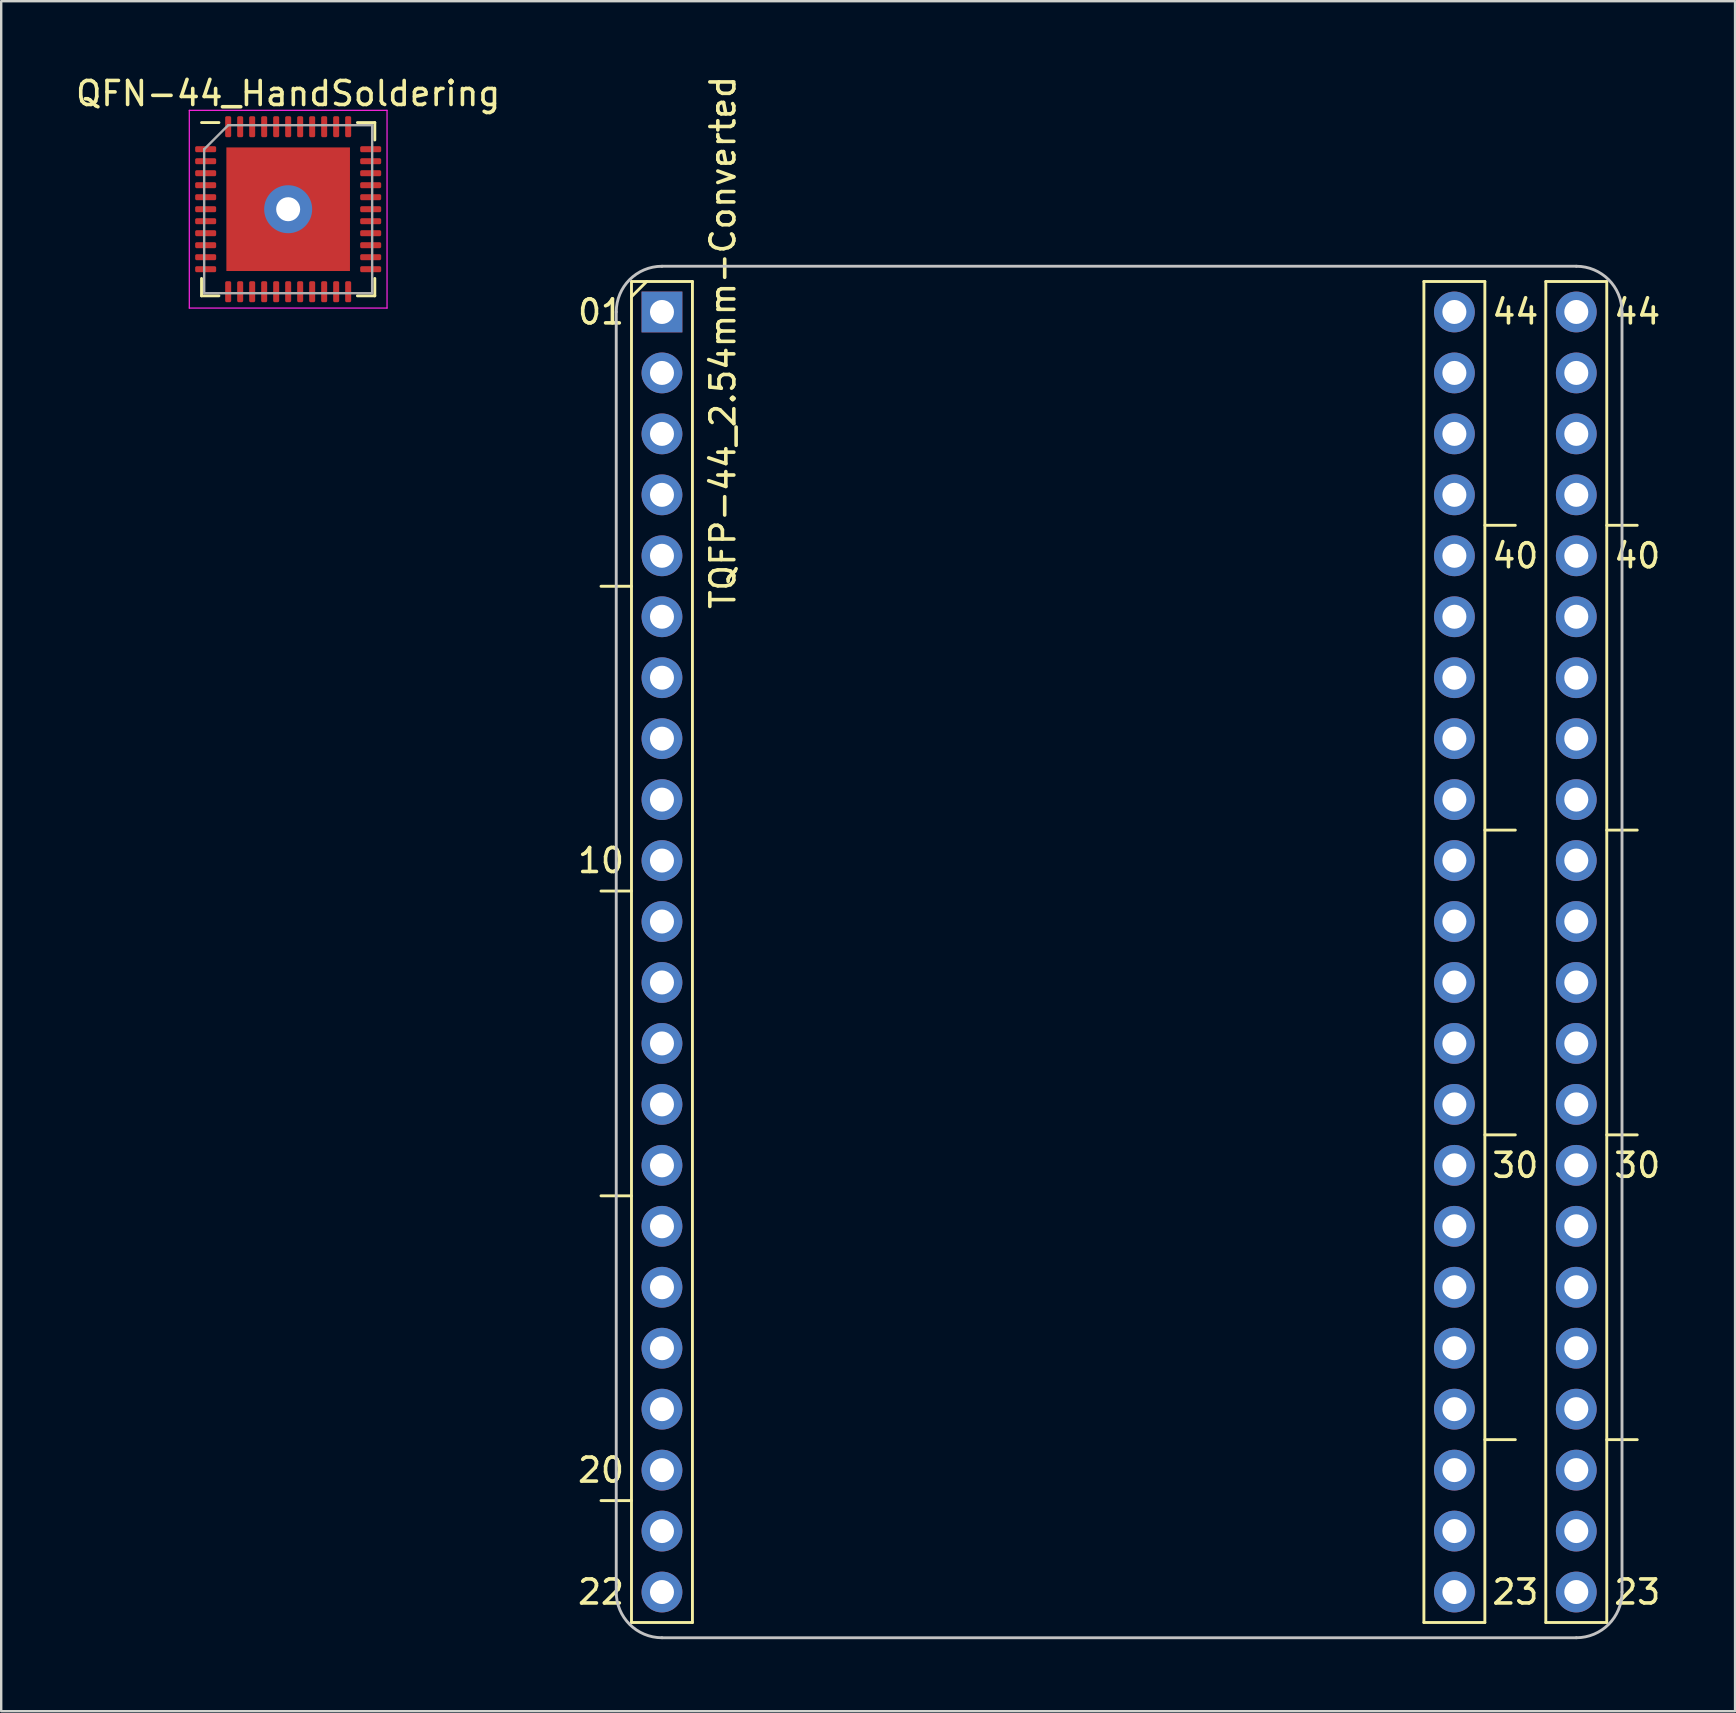
<source format=kicad_pcb>
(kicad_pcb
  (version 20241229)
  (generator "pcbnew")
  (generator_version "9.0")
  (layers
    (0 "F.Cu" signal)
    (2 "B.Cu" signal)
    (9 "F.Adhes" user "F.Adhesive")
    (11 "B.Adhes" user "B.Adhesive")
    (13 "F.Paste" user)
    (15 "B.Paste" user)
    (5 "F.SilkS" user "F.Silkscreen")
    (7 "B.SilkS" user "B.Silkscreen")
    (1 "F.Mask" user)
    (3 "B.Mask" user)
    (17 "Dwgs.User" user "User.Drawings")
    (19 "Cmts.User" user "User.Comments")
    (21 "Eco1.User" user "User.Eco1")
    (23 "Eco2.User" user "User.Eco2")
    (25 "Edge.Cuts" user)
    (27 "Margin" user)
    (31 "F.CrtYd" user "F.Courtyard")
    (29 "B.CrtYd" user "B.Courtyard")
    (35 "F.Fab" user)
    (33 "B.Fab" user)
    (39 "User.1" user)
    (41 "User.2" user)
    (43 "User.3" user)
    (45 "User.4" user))
  (footprint "QFN-44_HandSoldering"
    (layer "F.Cu")
    (at 8.958 5.668)
    (property "Reference" "QFN-44_HandSoldering" (at 0 -4.82 0) (layer "F.SilkS") (effects (font (size 1 1) (thickness 0.15))))
    (attr smd)
    (fp_line (start -3.61 3.61) (end -3.61 2.885) (stroke (width 0.12) (type solid)) (layer "F.SilkS"))
    (fp_line (start -2.885 -3.61) (end -3.61 -3.61) (stroke (width 0.12) (type solid)) (layer "F.SilkS"))
    (fp_line (start -2.885 3.61) (end -3.61 3.61) (stroke (width 0.12) (type solid)) (layer "F.SilkS"))
    (fp_line (start 2.885 -3.61) (end 3.61 -3.61) (stroke (width 0.12) (type solid)) (layer "F.SilkS"))
    (fp_line (start 2.885 3.61) (end 3.61 3.61) (stroke (width 0.12) (type solid)) (layer "F.SilkS"))
    (fp_line (start 3.61 -3.61) (end 3.61 -2.885) (stroke (width 0.12) (type solid)) (layer "F.SilkS"))
    (fp_line (start 3.61 3.61) (end 3.61 2.885) (stroke (width 0.12) (type solid)) (layer "F.SilkS"))
    (fp_line (start -4.12 -4.12) (end -4.12 4.12) (stroke (width 0.05) (type solid)) (layer "F.CrtYd"))
    (fp_line (start -4.12 4.12) (end 4.12 4.12) (stroke (width 0.05) (type solid)) (layer "F.CrtYd"))
    (fp_line (start 4.12 -4.12) (end -4.12 -4.12) (stroke (width 0.05) (type solid)) (layer "F.CrtYd"))
    (fp_line (start 4.12 4.12) (end 4.12 -4.12) (stroke (width 0.05) (type solid)) (layer "F.CrtYd"))
    (fp_line (start -3.5 -2.5) (end -2.5 -3.5) (stroke (width 0.1) (type solid)) (layer "F.Fab"))
    (fp_line (start -3.5 3.5) (end -3.5 -2.5) (stroke (width 0.1) (type solid)) (layer "F.Fab"))
    (fp_line (start -2.5 -3.5) (end 3.5 -3.5) (stroke (width 0.1) (type solid)) (layer "F.Fab"))
    (fp_line (start 3.5 -3.5) (end 3.5 3.5) (stroke (width 0.1) (type solid)) (layer "F.Fab"))
    (fp_line (start 3.5 3.5) (end -3.5 3.5) (stroke (width 0.1) (type solid)) (layer "F.Fab"))
    (pad "1" smd roundrect (at -3.438 -2.5) (size 0.875 0.25) (layers "F.Cu" "F.Mask" "F.Paste") (roundrect_rratio 0.25))
    (pad "2" smd roundrect (at -3.438 -2) (size 0.875 0.25) (layers "F.Cu" "F.Mask" "F.Paste") (roundrect_rratio 0.25))
    (pad "3" smd roundrect (at -3.438 -1.5) (size 0.875 0.25) (layers "F.Cu" "F.Mask" "F.Paste") (roundrect_rratio 0.25))
    (pad "4" smd roundrect (at -3.438 -1) (size 0.875 0.25) (layers "F.Cu" "F.Mask" "F.Paste") (roundrect_rratio 0.25))
    (pad "5" smd roundrect (at -3.438 -0.5) (size 0.875 0.25) (layers "F.Cu" "F.Mask" "F.Paste") (roundrect_rratio 0.25))
    (pad "6" smd roundrect (at -3.438 0) (size 0.875 0.25) (layers "F.Cu" "F.Mask" "F.Paste") (roundrect_rratio 0.25))
    (pad "7" smd roundrect (at -3.438 0.5) (size 0.875 0.25) (layers "F.Cu" "F.Mask" "F.Paste") (roundrect_rratio 0.25))
    (pad "8" smd roundrect (at -3.438 1) (size 0.875 0.25) (layers "F.Cu" "F.Mask" "F.Paste") (roundrect_rratio 0.25))
    (pad "9" smd roundrect (at -3.438 1.5) (size 0.875 0.25) (layers "F.Cu" "F.Mask" "F.Paste") (roundrect_rratio 0.25))
    (pad "10" smd roundrect (at -3.438 2) (size 0.875 0.25) (layers "F.Cu" "F.Mask" "F.Paste") (roundrect_rratio 0.25))
    (pad "11" smd roundrect (at -3.438 2.5) (size 0.875 0.25) (layers "F.Cu" "F.Mask" "F.Paste") (roundrect_rratio 0.25))
    (pad "12" smd roundrect (at -2.5 3.438) (size 0.25 0.875) (layers "F.Cu" "F.Mask" "F.Paste") (roundrect_rratio 0.25))
    (pad "13" smd roundrect (at -2 3.438) (size 0.25 0.875) (layers "F.Cu" "F.Mask" "F.Paste") (roundrect_rratio 0.25))
    (pad "14" smd roundrect (at -1.5 3.438) (size 0.25 0.875) (layers "F.Cu" "F.Mask" "F.Paste") (roundrect_rratio 0.25))
    (pad "15" smd roundrect (at -1 3.438) (size 0.25 0.875) (layers "F.Cu" "F.Mask" "F.Paste") (roundrect_rratio 0.25))
    (pad "16" smd roundrect (at -0.5 3.438) (size 0.25 0.875) (layers "F.Cu" "F.Mask" "F.Paste") (roundrect_rratio 0.25))
    (pad "17" smd roundrect (at 0 3.438) (size 0.25 0.875) (layers "F.Cu" "F.Mask" "F.Paste") (roundrect_rratio 0.25))
    (pad "18" smd roundrect (at 0.5 3.438) (size 0.25 0.875) (layers "F.Cu" "F.Mask" "F.Paste") (roundrect_rratio 0.25))
    (pad "19" smd roundrect (at 1 3.438) (size 0.25 0.875) (layers "F.Cu" "F.Mask" "F.Paste") (roundrect_rratio 0.25))
    (pad "20" smd roundrect (at 1.5 3.438) (size 0.25 0.875) (layers "F.Cu" "F.Mask" "F.Paste") (roundrect_rratio 0.25))
    (pad "21" smd roundrect (at 2 3.438) (size 0.25 0.875) (layers "F.Cu" "F.Mask" "F.Paste") (roundrect_rratio 0.25))
    (pad "22" smd roundrect (at 2.5 3.438) (size 0.25 0.875) (layers "F.Cu" "F.Mask" "F.Paste") (roundrect_rratio 0.25))
    (pad "23" smd roundrect (at 3.438 2.5) (size 0.875 0.25) (layers "F.Cu" "F.Mask" "F.Paste") (roundrect_rratio 0.25))
    (pad "24" smd roundrect (at 3.438 2) (size 0.875 0.25) (layers "F.Cu" "F.Mask" "F.Paste") (roundrect_rratio 0.25))
    (pad "25" smd roundrect (at 3.438 1.5) (size 0.875 0.25) (layers "F.Cu" "F.Mask" "F.Paste") (roundrect_rratio 0.25))
    (pad "26" smd roundrect (at 3.438 1) (size 0.875 0.25) (layers "F.Cu" "F.Mask" "F.Paste") (roundrect_rratio 0.25))
    (pad "27" smd roundrect (at 3.438 0.5) (size 0.875 0.25) (layers "F.Cu" "F.Mask" "F.Paste") (roundrect_rratio 0.25))
    (pad "28" smd roundrect (at 3.438 0) (size 0.875 0.25) (layers "F.Cu" "F.Mask" "F.Paste") (roundrect_rratio 0.25))
    (pad "29" smd roundrect (at 3.438 -0.5) (size 0.875 0.25) (layers "F.Cu" "F.Mask" "F.Paste") (roundrect_rratio 0.25))
    (pad "30" smd roundrect (at 3.438 -1) (size 0.875 0.25) (layers "F.Cu" "F.Mask" "F.Paste") (roundrect_rratio 0.25))
    (pad "31" smd roundrect (at 3.438 -1.5) (size 0.875 0.25) (layers "F.Cu" "F.Mask" "F.Paste") (roundrect_rratio 0.25))
    (pad "32" smd roundrect (at 3.438 -2) (size 0.875 0.25) (layers "F.Cu" "F.Mask" "F.Paste") (roundrect_rratio 0.25))
    (pad "33" smd roundrect (at 3.438 -2.5) (size 0.875 0.25) (layers "F.Cu" "F.Mask" "F.Paste") (roundrect_rratio 0.25))
    (pad "34" smd roundrect (at 2.5 -3.438) (size 0.25 0.875) (layers "F.Cu" "F.Mask" "F.Paste") (roundrect_rratio 0.25))
    (pad "35" smd roundrect (at 2 -3.438) (size 0.25 0.875) (layers "F.Cu" "F.Mask" "F.Paste") (roundrect_rratio 0.25))
    (pad "36" smd roundrect (at 1.5 -3.438) (size 0.25 0.875) (layers "F.Cu" "F.Mask" "F.Paste") (roundrect_rratio 0.25))
    (pad "37" smd roundrect (at 1 -3.438) (size 0.25 0.875) (layers "F.Cu" "F.Mask" "F.Paste") (roundrect_rratio 0.25))
    (pad "38" smd roundrect (at 0.5 -3.438) (size 0.25 0.875) (layers "F.Cu" "F.Mask" "F.Paste") (roundrect_rratio 0.25))
    (pad "39" smd roundrect (at 0 -3.438) (size 0.25 0.875) (layers "F.Cu" "F.Mask" "F.Paste") (roundrect_rratio 0.25))
    (pad "40" smd roundrect (at -0.5 -3.438) (size 0.25 0.875) (layers "F.Cu" "F.Mask" "F.Paste") (roundrect_rratio 0.25))
    (pad "41" smd roundrect (at -1 -3.438) (size 0.25 0.875) (layers "F.Cu" "F.Mask" "F.Paste") (roundrect_rratio 0.25))
    (pad "42" smd roundrect (at -1.5 -3.438) (size 0.25 0.875) (layers "F.Cu" "F.Mask" "F.Paste") (roundrect_rratio 0.25))
    (pad "43" smd roundrect (at -2 -3.438) (size 0.25 0.875) (layers "F.Cu" "F.Mask" "F.Paste") (roundrect_rratio 0.25))
    (pad "44" smd roundrect (at -2.5 -3.438) (size 0.25 0.875) (layers "F.Cu" "F.Mask" "F.Paste") (roundrect_rratio 0.25))
    (pad "45" thru_hole circle (at 0 0) (size 2 2) (drill 1) (layers "*.Cu" "*.Mask"))
    (pad "45" smd rect (at 0 0) (size 5.15 5.15) (layers "F.Cu" "F.Mask" "F.Paste")))
  (footprint "TQFP-44_2.54mm-Converted"
    (layer "F.Cu")
    (at 43.584 36.62)
    (property "Reference" "TQFP-44_2.54mm-Converted" (at -16.51 -25.4 270) (layer "F.SilkS") (effects (font (size 1 1) (thickness 0.15))))
    (attr through_hole)
    (fp_line (start -20.32 -27.94) (end -17.78 -27.94) (stroke (width 0.12) (type solid)) (layer "F.SilkS"))
    (fp_line (start -20.32 -27.305) (end -19.685 -27.94) (stroke (width 0.12) (type solid)) (layer "F.SilkS"))
    (fp_line (start -20.32 -15.24) (end -21.59 -15.24) (stroke (width 0.12) (type solid)) (layer "F.SilkS"))
    (fp_line (start -20.32 -2.54) (end -21.59 -2.54) (stroke (width 0.12) (type solid)) (layer "F.SilkS"))
    (fp_line (start -20.32 10.16) (end -21.59 10.16) (stroke (width 0.12) (type solid)) (layer "F.SilkS"))
    (fp_line (start -20.32 22.86) (end -21.59 22.86) (stroke (width 0.12) (type solid)) (layer "F.SilkS"))
    (fp_line (start -20.32 27.94) (end -20.32 -27.94) (stroke (width 0.12) (type solid)) (layer "F.SilkS"))
    (fp_line (start -17.78 -27.94) (end -17.78 27.94) (stroke (width 0.12) (type solid)) (layer "F.SilkS"))
    (fp_line (start -17.78 27.94) (end -20.32 27.94) (stroke (width 0.12) (type solid)) (layer "F.SilkS"))
    (fp_line (start 12.7 -27.94) (end 15.24 -27.94) (stroke (width 0.12) (type solid)) (layer "F.SilkS"))
    (fp_line (start 12.7 27.94) (end 12.7 -27.94) (stroke (width 0.12) (type solid)) (layer "F.SilkS"))
    (fp_line (start 15.24 -27.94) (end 15.24 27.94) (stroke (width 0.12) (type solid)) (layer "F.SilkS"))
    (fp_line (start 15.24 -17.78) (end 16.51 -17.78) (stroke (width 0.12) (type solid)) (layer "F.SilkS"))
    (fp_line (start 15.24 -5.08) (end 16.51 -5.08) (stroke (width 0.12) (type solid)) (layer "F.SilkS"))
    (fp_line (start 15.24 7.62) (end 16.51 7.62) (stroke (width 0.12) (type solid)) (layer "F.SilkS"))
    (fp_line (start 15.24 20.32) (end 16.51 20.32) (stroke (width 0.12) (type solid)) (layer "F.SilkS"))
    (fp_line (start 15.24 27.94) (end 12.7 27.94) (stroke (width 0.12) (type solid)) (layer "F.SilkS"))
    (fp_line (start 17.78 -27.94) (end 20.32 -27.94) (stroke (width 0.12) (type solid)) (layer "F.SilkS"))
    (fp_line (start 17.78 27.94) (end 17.78 -27.94) (stroke (width 0.12) (type solid)) (layer "F.SilkS"))
    (fp_line (start 20.32 -27.94) (end 20.32 27.94) (stroke (width 0.12) (type solid)) (layer "F.SilkS"))
    (fp_line (start 20.32 -17.78) (end 21.59 -17.78) (stroke (width 0.12) (type solid)) (layer "F.SilkS"))
    (fp_line (start 20.32 -5.08) (end 21.59 -5.08) (stroke (width 0.12) (type solid)) (layer "F.SilkS"))
    (fp_line (start 20.32 7.62) (end 21.59 7.62) (stroke (width 0.12) (type solid)) (layer "F.SilkS"))
    (fp_line (start 20.32 20.32) (end 21.59 20.32) (stroke (width 0.12) (type solid)) (layer "F.SilkS"))
    (fp_line (start 20.32 27.94) (end 17.78 27.94) (stroke (width 0.12) (type solid)) (layer "F.SilkS"))
    (fp_line (start -20.955 -26.67) (end -20.955 26.67) (stroke (width 0.12) (type solid)) (layer "Dwgs.User"))
    (fp_line (start -19.05 28.575) (end 19.05 28.575) (stroke (width 0.12) (type solid)) (layer "Dwgs.User"))
    (fp_line (start 19.05 -28.575) (end -19.05 -28.575) (stroke (width 0.12) (type solid)) (layer "Dwgs.User"))
    (fp_line (start 20.955 26.67) (end 20.955 -26.67) (stroke (width 0.12) (type solid)) (layer "Dwgs.User"))
    (fp_arc (start -20.955 -26.67) (mid -20.397038 -28.017038) (end -19.05 -28.575) (stroke (width 0.12) (type solid)) (layer "Dwgs.User"))
    (fp_arc (start -19.05 28.575) (mid -20.397038 28.017038) (end -20.955 26.67) (stroke (width 0.12) (type solid)) (layer "Dwgs.User"))
    (fp_arc (start 19.05 -28.575) (mid 20.397038 -28.017038) (end 20.955 -26.67) (stroke (width 0.12) (type solid)) (layer "Dwgs.User"))
    (fp_arc (start 20.955 26.67) (mid 20.397038 28.017038) (end 19.05 28.575) (stroke (width 0.12) (type solid)) (layer "Dwgs.User"))
    (fp_text user "01" (at -21.59 -26.67 0) (layer "F.SilkS") (effects (font (size 1 1) (thickness 0.15))))
    (fp_text user "44" (at 16.51 -26.67 0) (layer "F.SilkS") (effects (font (size 1 1) (thickness 0.15))))
    (fp_text user "30" (at 21.59 8.89 0) (layer "F.SilkS") (effects (font (size 1 1) (thickness 0.15))))
    (fp_text user "20" (at -21.59 21.59 0) (layer "F.SilkS") (effects (font (size 1 1) (thickness 0.15))))
    (fp_text user "30" (at 16.51 8.89 0) (layer "F.SilkS") (effects (font (size 1 1) (thickness 0.15))))
    (fp_text user "44" (at 21.59 -26.67 0) (layer "F.SilkS") (effects (font (size 1 1) (thickness 0.15))))
    (fp_text user "40" (at 16.51 -16.51 0) (layer "F.SilkS") (effects (font (size 1 1) (thickness 0.15))))
    (fp_text user "10" (at -21.59 -3.81 0) (layer "F.SilkS") (effects (font (size 1 1) (thickness 0.15))))
    (fp_text user "23" (at 16.51 26.67 0) (layer "F.SilkS") (effects (font (size 1 1) (thickness 0.15))))
    (fp_text user "40" (at 21.59 -16.51 0) (layer "F.SilkS") (effects (font (size 1 1) (thickness 0.15))))
    (fp_text user "22" (at -21.59 26.67 0) (layer "F.SilkS") (effects (font (size 1 1) (thickness 0.15))))
    (fp_text user "23" (at 21.59 26.67 0) (layer "F.SilkS") (effects (font (size 1 1) (thickness 0.15))))
    (pad "1" thru_hole rect (at -19.05 -26.67) (size 1.7 1.7) (drill 1) (layers "*.Cu" "*.Mask"))
    (pad "2" thru_hole circle (at -19.05 -24.13) (size 1.7 1.7) (drill 1) (layers "*.Cu" "*.Mask"))
    (pad "3" thru_hole circle (at -19.05 -21.59) (size 1.7 1.7) (drill 1) (layers "*.Cu" "*.Mask"))
    (pad "4" thru_hole circle (at -19.05 -19.05) (size 1.7 1.7) (drill 1) (layers "*.Cu" "*.Mask"))
    (pad "5" thru_hole circle (at -19.05 -16.51) (size 1.7 1.7) (drill 1) (layers "*.Cu" "*.Mask"))
    (pad "6" thru_hole circle (at -19.05 -13.97) (size 1.7 1.7) (drill 1) (layers "*.Cu" "*.Mask"))
    (pad "7" thru_hole circle (at -19.05 -11.43) (size 1.7 1.7) (drill 1) (layers "*.Cu" "*.Mask"))
    (pad "8" thru_hole circle (at -19.05 -8.89) (size 1.7 1.7) (drill 1) (layers "*.Cu" "*.Mask"))
    (pad "9" thru_hole circle (at -19.05 -6.35) (size 1.7 1.7) (drill 1) (layers "*.Cu" "*.Mask"))
    (pad "10" thru_hole circle (at -19.05 -3.81) (size 1.7 1.7) (drill 1) (layers "*.Cu" "*.Mask"))
    (pad "11" thru_hole circle (at -19.05 -1.27) (size 1.7 1.7) (drill 1) (layers "*.Cu" "*.Mask"))
    (pad "12" thru_hole circle (at -19.05 1.27) (size 1.7 1.7) (drill 1) (layers "*.Cu" "*.Mask"))
    (pad "13" thru_hole circle (at -19.05 3.81) (size 1.7 1.7) (drill 1) (layers "*.Cu" "*.Mask"))
    (pad "14" thru_hole circle (at -19.05 6.35) (size 1.7 1.7) (drill 1) (layers "*.Cu" "*.Mask"))
    (pad "15" thru_hole circle (at -19.05 8.89) (size 1.7 1.7) (drill 1) (layers "*.Cu" "*.Mask"))
    (pad "16" thru_hole circle (at -19.05 11.43) (size 1.7 1.7) (drill 1) (layers "*.Cu" "*.Mask"))
    (pad "17" thru_hole circle (at -19.05 13.97) (size 1.7 1.7) (drill 1) (layers "*.Cu" "*.Mask"))
    (pad "18" thru_hole circle (at -19.05 16.51) (size 1.7 1.7) (drill 1) (layers "*.Cu" "*.Mask"))
    (pad "19" thru_hole circle (at -19.05 19.05) (size 1.7 1.7) (drill 1) (layers "*.Cu" "*.Mask"))
    (pad "20" thru_hole circle (at -19.05 21.59) (size 1.7 1.7) (drill 1) (layers "*.Cu" "*.Mask"))
    (pad "21" thru_hole circle (at -19.05 24.13) (size 1.7 1.7) (drill 1) (layers "*.Cu" "*.Mask"))
    (pad "22" thru_hole circle (at -19.05 26.67) (size 1.7 1.7) (drill 1) (layers "*.Cu" "*.Mask"))
    (pad "23" thru_hole circle (at 13.97 26.67) (size 1.7 1.7) (drill 1) (layers "*.Cu" "*.Mask"))
    (pad "23" thru_hole circle (at 19.05 26.67) (size 1.7 1.7) (drill 1) (layers "*.Cu" "*.Mask"))
    (pad "24" thru_hole circle (at 13.97 24.13) (size 1.7 1.7) (drill 1) (layers "*.Cu" "*.Mask"))
    (pad "24" thru_hole circle (at 19.05 24.13) (size 1.7 1.7) (drill 1) (layers "*.Cu" "*.Mask"))
    (pad "25" thru_hole circle (at 13.97 21.59) (size 1.7 1.7) (drill 1) (layers "*.Cu" "*.Mask"))
    (pad "25" thru_hole circle (at 19.05 21.59) (size 1.7 1.7) (drill 1) (layers "*.Cu" "*.Mask"))
    (pad "26" thru_hole circle (at 13.97 19.05) (size 1.7 1.7) (drill 1) (layers "*.Cu" "*.Mask"))
    (pad "26" thru_hole circle (at 19.05 19.05) (size 1.7 1.7) (drill 1) (layers "*.Cu" "*.Mask"))
    (pad "27" thru_hole circle (at 13.97 16.51) (size 1.7 1.7) (drill 1) (layers "*.Cu" "*.Mask"))
    (pad "27" thru_hole circle (at 19.05 16.51) (size 1.7 1.7) (drill 1) (layers "*.Cu" "*.Mask"))
    (pad "28" thru_hole circle (at 13.97 13.97) (size 1.7 1.7) (drill 1) (layers "*.Cu" "*.Mask"))
    (pad "28" thru_hole circle (at 19.05 13.97) (size 1.7 1.7) (drill 1) (layers "*.Cu" "*.Mask"))
    (pad "29" thru_hole circle (at 13.97 11.43) (size 1.7 1.7) (drill 1) (layers "*.Cu" "*.Mask"))
    (pad "29" thru_hole circle (at 19.05 11.43) (size 1.7 1.7) (drill 1) (layers "*.Cu" "*.Mask"))
    (pad "30" thru_hole circle (at 13.97 8.89) (size 1.7 1.7) (drill 1) (layers "*.Cu" "*.Mask"))
    (pad "30" thru_hole circle (at 19.05 8.89) (size 1.7 1.7) (drill 1) (layers "*.Cu" "*.Mask"))
    (pad "31" thru_hole circle (at 13.97 6.35) (size 1.7 1.7) (drill 1) (layers "*.Cu" "*.Mask"))
    (pad "31" thru_hole circle (at 19.05 6.35) (size 1.7 1.7) (drill 1) (layers "*.Cu" "*.Mask"))
    (pad "32" thru_hole circle (at 13.97 3.81) (size 1.7 1.7) (drill 1) (layers "*.Cu" "*.Mask"))
    (pad "32" thru_hole circle (at 19.05 3.81) (size 1.7 1.7) (drill 1) (layers "*.Cu" "*.Mask"))
    (pad "33" thru_hole circle (at 13.97 1.27) (size 1.7 1.7) (drill 1) (layers "*.Cu" "*.Mask"))
    (pad "33" thru_hole circle (at 19.05 1.27) (size 1.7 1.7) (drill 1) (layers "*.Cu" "*.Mask"))
    (pad "34" thru_hole circle (at 13.97 -1.27) (size 1.7 1.7) (drill 1) (layers "*.Cu" "*.Mask"))
    (pad "34" thru_hole circle (at 19.05 -1.27) (size 1.7 1.7) (drill 1) (layers "*.Cu" "*.Mask"))
    (pad "35" thru_hole circle (at 13.97 -3.81) (size 1.7 1.7) (drill 1) (layers "*.Cu" "*.Mask"))
    (pad "35" thru_hole circle (at 19.05 -3.81) (size 1.7 1.7) (drill 1) (layers "*.Cu" "*.Mask"))
    (pad "36" thru_hole circle (at 13.97 -6.35) (size 1.7 1.7) (drill 1) (layers "*.Cu" "*.Mask"))
    (pad "36" thru_hole circle (at 19.05 -6.35) (size 1.7 1.7) (drill 1) (layers "*.Cu" "*.Mask"))
    (pad "37" thru_hole circle (at 13.97 -8.89) (size 1.7 1.7) (drill 1) (layers "*.Cu" "*.Mask"))
    (pad "37" thru_hole circle (at 19.05 -8.89) (size 1.7 1.7) (drill 1) (layers "*.Cu" "*.Mask"))
    (pad "38" thru_hole circle (at 13.97 -11.43) (size 1.7 1.7) (drill 1) (layers "*.Cu" "*.Mask"))
    (pad "38" thru_hole circle (at 19.05 -11.43) (size 1.7 1.7) (drill 1) (layers "*.Cu" "*.Mask"))
    (pad "39" thru_hole circle (at 13.97 -13.97) (size 1.7 1.7) (drill 1) (layers "*.Cu" "*.Mask"))
    (pad "39" thru_hole circle (at 19.05 -13.97) (size 1.7 1.7) (drill 1) (layers "*.Cu" "*.Mask"))
    (pad "40" thru_hole circle (at 13.97 -16.51) (size 1.7 1.7) (drill 1) (layers "*.Cu" "*.Mask"))
    (pad "40" thru_hole circle (at 19.05 -16.51) (size 1.7 1.7) (drill 1) (layers "*.Cu" "*.Mask"))
    (pad "41" thru_hole circle (at 13.97 -19.05) (size 1.7 1.7) (drill 1) (layers "*.Cu" "*.Mask"))
    (pad "41" thru_hole circle (at 19.05 -19.05) (size 1.7 1.7) (drill 1) (layers "*.Cu" "*.Mask"))
    (pad "42" thru_hole circle (at 13.97 -21.59) (size 1.7 1.7) (drill 1) (layers "*.Cu" "*.Mask"))
    (pad "42" thru_hole circle (at 19.05 -21.59) (size 1.7 1.7) (drill 1) (layers "*.Cu" "*.Mask"))
    (pad "43" thru_hole circle (at 13.97 -24.13) (size 1.7 1.7) (drill 1) (layers "*.Cu" "*.Mask"))
    (pad "43" thru_hole circle (at 19.05 -24.13) (size 1.7 1.7) (drill 1) (layers "*.Cu" "*.Mask"))
    (pad "44" thru_hole circle (at 13.97 -26.67) (size 1.7 1.7) (drill 1) (layers "*.Cu" "*.Mask"))
    (pad "44" thru_hole circle (at 19.05 -26.67) (size 1.7 1.7) (drill 1) (layers "*.Cu" "*.Mask")))
  (gr_rect
    (start -3 -3)
    (end 69.251 68.255)
    (stroke (width 0.1) (type default))
    (fill no)
    (layer "Edge.Cuts")))
</source>
